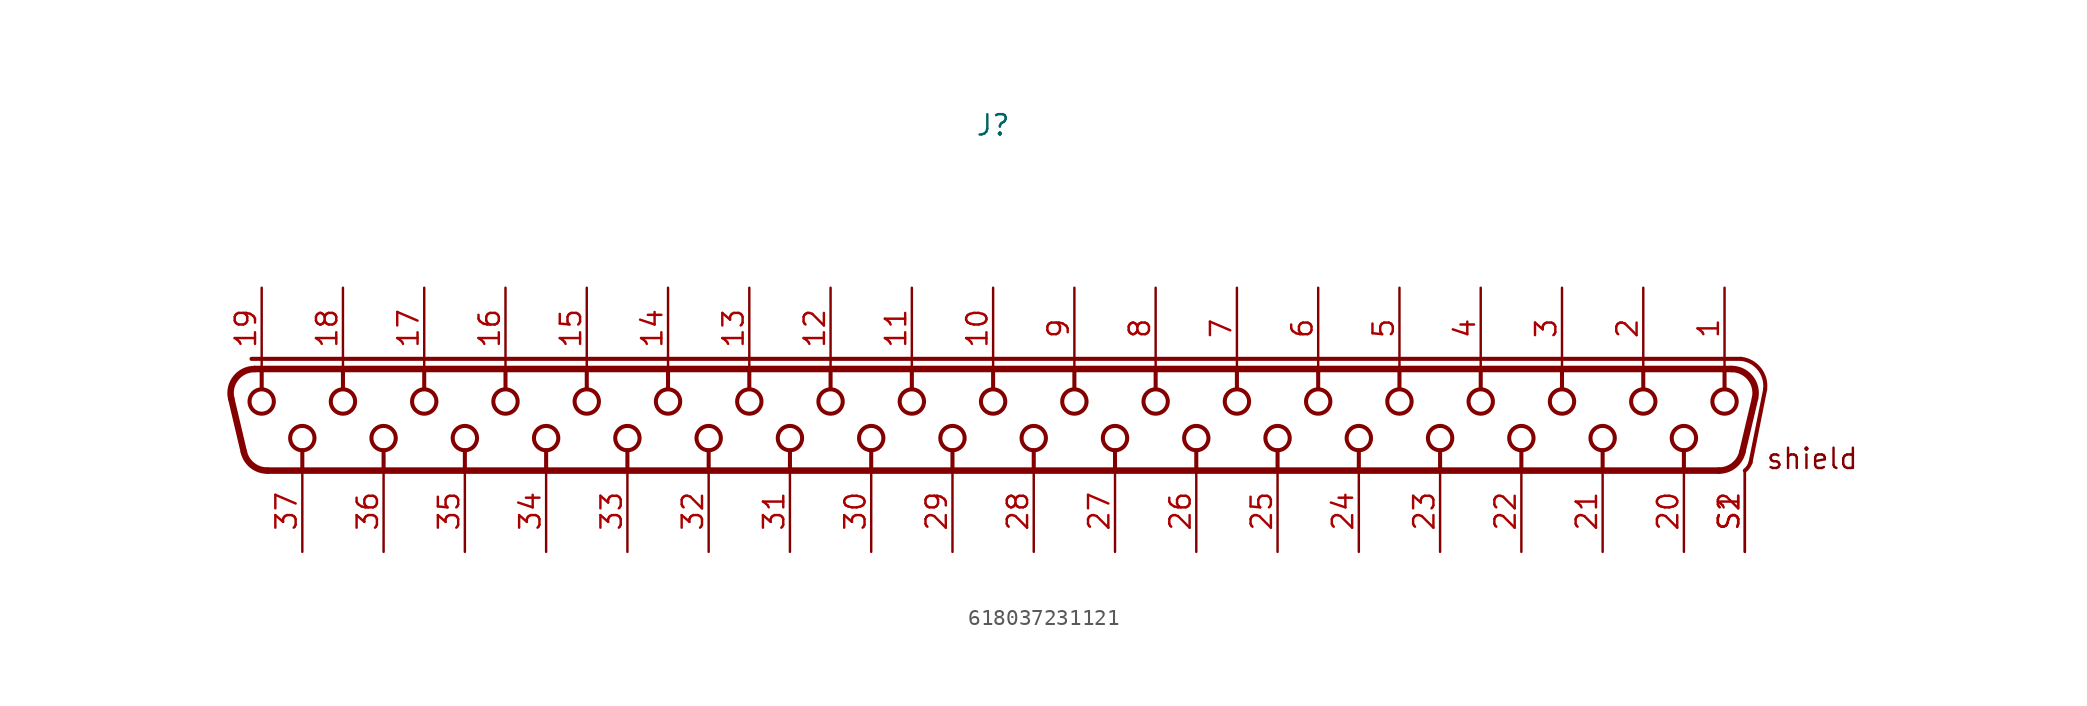
<source format=kicad_sym>
(kicad_symbol_lib
  (version 20241209)
  (generator "kicad_symbol_editor")
  (generator_version "9.0")
  (symbol "618037231121"
    (pin_names
      (hide yes))
    (property "Reference" "J"
      (at 0 17.78 0)
      (effects (font (size 1.27 1.27))))
    (symbol "618037231121_1_0"
      (polyline (pts (xy -46.833 -2.655) (xy -47.624 0.695)) (stroke (width 0.406) (type solid)) (fill (type none)))
      (polyline (pts (xy -46.355 3.175) (xy 46.76 3.175)) (stroke (width 0.254) (type solid)) (fill (type none)))
      (polyline (pts (xy -46.164 2.54) (xy 46.164 2.54)) (stroke (width 0.406) (type solid)) (fill (type none)))
      (arc (start -47.6242 0.695) (mid -47.3407 1.9707) (end -46.1643 2.54) (stroke (width 0.4064) (type solid)) (fill (type none)))
      (polyline (pts (xy -45.72 2.58) (xy -45.72 1.3)) (stroke (width 0.254) (type solid)) (fill (type none)))
      (circle (center -45.72 0.508) (radius 0.762) (stroke (width 0.254) (type solid)) (fill (type none)))
      (arc (start -45.373 -3.81) (mid -46.3038 -3.4862) (end -46.8328 -2.6547) (stroke (width 0.4064) (type solid)) (fill (type none)))
      (circle (center -43.18 -1.778) (radius 0.762) (stroke (width 0.254) (type solid)) (fill (type none)))
      (polyline (pts (xy -43.18 -2.54) (xy -43.18 -3.82)) (stroke (width 0.254) (type solid)) (fill (type none)))
      (polyline (pts (xy -40.64 2.58) (xy -40.64 1.3)) (stroke (width 0.254) (type solid)) (fill (type none)))
      (circle (center -40.64 0.508) (radius 0.762) (stroke (width 0.254) (type solid)) (fill (type none)))
      (circle (center -38.1 -1.778) (radius 0.762) (stroke (width 0.254) (type solid)) (fill (type none)))
      (polyline (pts (xy -38.1 -2.54) (xy -38.1 -3.82)) (stroke (width 0.254) (type solid)) (fill (type none)))
      (polyline (pts (xy -35.56 2.58) (xy -35.56 1.3)) (stroke (width 0.254) (type solid)) (fill (type none)))
      (circle (center -35.56 0.508) (radius 0.762) (stroke (width 0.254) (type solid)) (fill (type none)))
      (circle (center -33.02 -1.778) (radius 0.762) (stroke (width 0.254) (type solid)) (fill (type none)))
      (polyline (pts (xy -33.02 -2.54) (xy -33.02 -3.82)) (stroke (width 0.254) (type solid)) (fill (type none)))
      (polyline (pts (xy -30.48 2.58) (xy -30.48 1.3)) (stroke (width 0.254) (type solid)) (fill (type none)))
      (circle (center -30.48 0.508) (radius 0.762) (stroke (width 0.254) (type solid)) (fill (type none)))
      (circle (center -27.94 -1.778) (radius 0.762) (stroke (width 0.254) (type solid)) (fill (type none)))
      (polyline (pts (xy -27.94 -2.54) (xy -27.94 -3.82)) (stroke (width 0.254) (type solid)) (fill (type none)))
      (polyline (pts (xy -25.4 2.58) (xy -25.4 1.3)) (stroke (width 0.254) (type solid)) (fill (type none)))
      (circle (center -25.4 0.508) (radius 0.762) (stroke (width 0.254) (type solid)) (fill (type none)))
      (circle (center -22.86 -1.778) (radius 0.762) (stroke (width 0.254) (type solid)) (fill (type none)))
      (polyline (pts (xy -22.86 -2.54) (xy -22.86 -3.82)) (stroke (width 0.254) (type solid)) (fill (type none)))
      (polyline (pts (xy -20.32 2.58) (xy -20.32 1.3)) (stroke (width 0.254) (type solid)) (fill (type none)))
      (circle (center -20.32 0.508) (radius 0.762) (stroke (width 0.254) (type solid)) (fill (type none)))
      (circle (center -17.78 -1.778) (radius 0.762) (stroke (width 0.254) (type solid)) (fill (type none)))
      (polyline (pts (xy -17.78 -2.54) (xy -17.78 -3.82)) (stroke (width 0.254) (type solid)) (fill (type none)))
      (polyline (pts (xy -15.24 2.58) (xy -15.24 1.3)) (stroke (width 0.254) (type solid)) (fill (type none)))
      (circle (center -15.24 0.508) (radius 0.762) (stroke (width 0.254) (type solid)) (fill (type none)))
      (circle (center -12.7 -1.778) (radius 0.762) (stroke (width 0.254) (type solid)) (fill (type none)))
      (polyline (pts (xy -12.7 -2.54) (xy -12.7 -3.82)) (stroke (width 0.254) (type solid)) (fill (type none)))
      (polyline (pts (xy -10.16 2.58) (xy -10.16 1.3)) (stroke (width 0.254) (type solid)) (fill (type none)))
      (circle (center -10.16 0.508) (radius 0.762) (stroke (width 0.254) (type solid)) (fill (type none)))
      (circle (center -7.62 -1.778) (radius 0.762) (stroke (width 0.254) (type solid)) (fill (type none)))
      (polyline (pts (xy -7.62 -2.54) (xy -7.62 -3.82)) (stroke (width 0.254) (type solid)) (fill (type none)))
      (polyline (pts (xy -5.08 2.58) (xy -5.08 1.3)) (stroke (width 0.254) (type solid)) (fill (type none)))
      (circle (center -5.08 0.508) (radius 0.762) (stroke (width 0.254) (type solid)) (fill (type none)))
      (circle (center -2.54 -1.778) (radius 0.762) (stroke (width 0.254) (type solid)) (fill (type none)))
      (polyline (pts (xy -2.54 -2.54) (xy -2.54 -3.82)) (stroke (width 0.254) (type solid)) (fill (type none)))
      (polyline (pts (xy 0 2.58) (xy 0 1.3)) (stroke (width 0.254) (type solid)) (fill (type none)))
      (circle (center 0 0.508) (radius 0.762) (stroke (width 0.254) (type solid)) (fill (type none)))
      (circle (center 2.54 -1.778) (radius 0.762) (stroke (width 0.254) (type solid)) (fill (type none)))
      (polyline (pts (xy 2.54 -2.54) (xy 2.54 -3.82)) (stroke (width 0.254) (type solid)) (fill (type none)))
      (polyline (pts (xy 5.08 2.58) (xy 5.08 1.3)) (stroke (width 0.254) (type solid)) (fill (type none)))
      (circle (center 5.08 0.508) (radius 0.762) (stroke (width 0.254) (type solid)) (fill (type none)))
      (circle (center 7.62 -1.778) (radius 0.762) (stroke (width 0.254) (type solid)) (fill (type none)))
      (polyline (pts (xy 7.62 -2.54) (xy 7.62 -3.82)) (stroke (width 0.254) (type solid)) (fill (type none)))
      (polyline (pts (xy 10.16 2.58) (xy 10.16 1.3)) (stroke (width 0.254) (type solid)) (fill (type none)))
      (circle (center 10.16 0.508) (radius 0.762) (stroke (width 0.254) (type solid)) (fill (type none)))
      (circle (center 12.7 -1.778) (radius 0.762) (stroke (width 0.254) (type solid)) (fill (type none)))
      (polyline (pts (xy 12.7 -2.54) (xy 12.7 -3.82)) (stroke (width 0.254) (type solid)) (fill (type none)))
      (polyline (pts (xy 15.24 2.58) (xy 15.24 1.3)) (stroke (width 0.254) (type solid)) (fill (type none)))
      (circle (center 15.24 0.508) (radius 0.762) (stroke (width 0.254) (type solid)) (fill (type none)))
      (circle (center 17.78 -1.778) (radius 0.762) (stroke (width 0.254) (type solid)) (fill (type none)))
      (polyline (pts (xy 17.78 -2.54) (xy 17.78 -3.82)) (stroke (width 0.254) (type solid)) (fill (type none)))
      (polyline (pts (xy 20.32 2.58) (xy 20.32 1.3)) (stroke (width 0.254) (type solid)) (fill (type none)))
      (circle (center 20.32 0.508) (radius 0.762) (stroke (width 0.254) (type solid)) (fill (type none)))
      (circle (center 22.86 -1.778) (radius 0.762) (stroke (width 0.254) (type solid)) (fill (type none)))
      (polyline (pts (xy 22.86 -2.54) (xy 22.86 -3.82)) (stroke (width 0.254) (type solid)) (fill (type none)))
      (polyline (pts (xy 25.4 2.58) (xy 25.4 1.3)) (stroke (width 0.254) (type solid)) (fill (type none)))
      (circle (center 25.4 0.508) (radius 0.762) (stroke (width 0.254) (type solid)) (fill (type none)))
      (circle (center 27.94 -1.778) (radius 0.762) (stroke (width 0.254) (type solid)) (fill (type none)))
      (polyline (pts (xy 27.94 -2.54) (xy 27.94 -3.82)) (stroke (width 0.254) (type solid)) (fill (type none)))
      (polyline (pts (xy 30.48 2.58) (xy 30.48 1.3)) (stroke (width 0.254) (type solid)) (fill (type none)))
      (circle (center 30.48 0.508) (radius 0.762) (stroke (width 0.254) (type solid)) (fill (type none)))
      (circle (center 33.02 -1.778) (radius 0.762) (stroke (width 0.254) (type solid)) (fill (type none)))
      (polyline (pts (xy 33.02 -2.54) (xy 33.02 -3.82)) (stroke (width 0.254) (type solid)) (fill (type none)))
      (polyline (pts (xy 35.56 2.58) (xy 35.56 1.3)) (stroke (width 0.254) (type solid)) (fill (type none)))
      (circle (center 35.56 0.508) (radius 0.762) (stroke (width 0.254) (type solid)) (fill (type none)))
      (circle (center 38.1 -1.778) (radius 0.762) (stroke (width 0.254) (type solid)) (fill (type none)))
      (polyline (pts (xy 38.1 -2.54) (xy 38.1 -3.82)) (stroke (width 0.254) (type solid)) (fill (type none)))
      (polyline (pts (xy 40.64 2.58) (xy 40.64 1.3)) (stroke (width 0.254) (type solid)) (fill (type none)))
      (circle (center 40.64 0.508) (radius 0.762) (stroke (width 0.254) (type solid)) (fill (type none)))
      (circle (center 43.18 -1.778) (radius 0.762) (stroke (width 0.254) (type solid)) (fill (type none)))
      (polyline (pts (xy 43.18 -2.54) (xy 43.18 -3.82)) (stroke (width 0.254) (type solid)) (fill (type none)))
      (arc (start 46.8328 -2.6548) (mid 46.3037 -3.4863) (end 45.3729 -3.81) (stroke (width 0.4064) (type solid)) (fill (type none)))
      (polyline (pts (xy 45.373 -3.81) (xy -45.373 -3.81)) (stroke (width 0.406) (type solid)) (fill (type none)))
      (polyline (pts (xy 45.72 2.58) (xy 45.72 1.3)) (stroke (width 0.254) (type solid)) (fill (type none)))
      (circle (center 45.72 0.508) (radius 0.762) (stroke (width 0.254) (type solid)) (fill (type none)))
      (arc (start 46.1643 2.54) (mid 47.3407 1.9707) (end 47.6242 0.695) (stroke (width 0.4064) (type solid)) (fill (type none)))
      (arc (start 47.3439 -3.3037) (mid 47.2048 -3.5833) (end 46.99 -3.81) (stroke (width 0.254) (type solid)) (fill (type none)))
      (arc (start 46.76 3.175) (mid 47.9064 2.5346) (end 48.26 1.27) (stroke (width 0.254) (type solid)) (fill (type none)))
      (polyline (pts (xy 47.344 -3.304) (xy 48.26 1.27)) (stroke (width 0.254) (type solid)) (fill (type none)))
      (polyline (pts (xy 47.624 0.695) (xy 46.833 -2.655)) (stroke (width 0.406) (type solid)) (fill (type none)))
      (pin passive line (at -45.72 7.62 270) (length 5.08) (name "19" (effects (font (size 1.27 1.27)))) (number "19" (effects (font (size 1.27 1.27)))))
      (pin passive line (at -43.18 -8.89 90) (length 5.08) (name "37" (effects (font (size 1.27 1.27)))) (number "37" (effects (font (size 1.27 1.27)))))
      (pin passive line (at -40.64 7.62 270) (length 5.08) (name "18" (effects (font (size 1.27 1.27)))) (number "18" (effects (font (size 1.27 1.27)))))
      (pin passive line (at -38.1 -8.89 90) (length 5.08) (name "36" (effects (font (size 1.27 1.27)))) (number "36" (effects (font (size 1.27 1.27)))))
      (pin passive line (at -35.56 7.62 270) (length 5.08) (name "17" (effects (font (size 1.27 1.27)))) (number "17" (effects (font (size 1.27 1.27)))))
      (pin passive line (at -33.02 -8.89 90) (length 5.08) (name "35" (effects (font (size 1.27 1.27)))) (number "35" (effects (font (size 1.27 1.27)))))
      (pin passive line (at -30.48 7.62 270) (length 5.08) (name "16" (effects (font (size 1.27 1.27)))) (number "16" (effects (font (size 1.27 1.27)))))
      (pin passive line (at -27.94 -8.89 90) (length 5.08) (name "34" (effects (font (size 1.27 1.27)))) (number "34" (effects (font (size 1.27 1.27)))))
      (pin passive line (at -25.4 7.62 270) (length 5.08) (name "15" (effects (font (size 1.27 1.27)))) (number "15" (effects (font (size 1.27 1.27)))))
      (pin passive line (at -22.86 -8.89 90) (length 5.08) (name "33" (effects (font (size 1.27 1.27)))) (number "33" (effects (font (size 1.27 1.27)))))
      (pin passive line (at -20.32 7.62 270) (length 5.08) (name "14" (effects (font (size 1.27 1.27)))) (number "14" (effects (font (size 1.27 1.27)))))
      (pin passive line (at -17.78 -8.89 90) (length 5.08) (name "32" (effects (font (size 1.27 1.27)))) (number "32" (effects (font (size 1.27 1.27)))))
      (pin passive line (at -15.24 7.62 270) (length 5.08) (name "13" (effects (font (size 1.27 1.27)))) (number "13" (effects (font (size 1.27 1.27)))))
      (pin passive line (at -12.7 -8.89 90) (length 5.08) (name "31" (effects (font (size 1.27 1.27)))) (number "31" (effects (font (size 1.27 1.27)))))
      (pin passive line (at -10.16 7.62 270) (length 5.08) (name "12" (effects (font (size 1.27 1.27)))) (number "12" (effects (font (size 1.27 1.27)))))
      (pin passive line (at -7.62 -8.89 90) (length 5.08) (name "30" (effects (font (size 1.27 1.27)))) (number "30" (effects (font (size 1.27 1.27)))))
      (pin passive line (at -5.08 7.62 270) (length 5.08) (name "11" (effects (font (size 1.27 1.27)))) (number "11" (effects (font (size 1.27 1.27)))))
      (pin passive line (at -2.54 -8.89 90) (length 5.08) (name "29" (effects (font (size 1.27 1.27)))) (number "29" (effects (font (size 1.27 1.27)))))
      (pin passive line (at 0 7.62 270) (length 5.08) (name "10" (effects (font (size 1.27 1.27)))) (number "10" (effects (font (size 1.27 1.27)))))
      (pin passive line (at 2.54 -8.89 90) (length 5.08) (name "28" (effects (font (size 1.27 1.27)))) (number "28" (effects (font (size 1.27 1.27)))))
      (pin passive line (at 5.08 7.62 270) (length 5.08) (name "9" (effects (font (size 1.27 1.27)))) (number "9" (effects (font (size 1.27 1.27)))))
      (pin passive line (at 7.62 -8.89 90) (length 5.08) (name "27" (effects (font (size 1.27 1.27)))) (number "27" (effects (font (size 1.27 1.27)))))
      (pin passive line (at 10.16 7.62 270) (length 5.08) (name "8" (effects (font (size 1.27 1.27)))) (number "8" (effects (font (size 1.27 1.27)))))
      (pin passive line (at 12.7 -8.89 90) (length 5.08) (name "26" (effects (font (size 1.27 1.27)))) (number "26" (effects (font (size 1.27 1.27)))))
      (pin passive line (at 15.24 7.62 270) (length 5.08) (name "7" (effects (font (size 1.27 1.27)))) (number "7" (effects (font (size 1.27 1.27)))))
      (pin passive line (at 17.78 -8.89 90) (length 5.08) (name "25" (effects (font (size 1.27 1.27)))) (number "25" (effects (font (size 1.27 1.27)))))
      (pin passive line (at 20.32 7.62 270) (length 5.08) (name "6" (effects (font (size 1.27 1.27)))) (number "6" (effects (font (size 1.27 1.27)))))
      (pin passive line (at 22.86 -8.89 90) (length 5.08) (name "24" (effects (font (size 1.27 1.27)))) (number "24" (effects (font (size 1.27 1.27)))))
      (pin passive line (at 25.4 7.62 270) (length 5.08) (name "5" (effects (font (size 1.27 1.27)))) (number "5" (effects (font (size 1.27 1.27)))))
      (pin passive line (at 27.94 -8.89 90) (length 5.08) (name "23" (effects (font (size 1.27 1.27)))) (number "23" (effects (font (size 1.27 1.27)))))
      (pin passive line (at 30.48 7.62 270) (length 5.08) (name "4" (effects (font (size 1.27 1.27)))) (number "4" (effects (font (size 1.27 1.27)))))
      (pin passive line (at 33.02 -8.89 90) (length 5.08) (name "22" (effects (font (size 1.27 1.27)))) (number "22" (effects (font (size 1.27 1.27)))))
      (pin passive line (at 35.56 7.62 270) (length 5.08) (name "3" (effects (font (size 1.27 1.27)))) (number "3" (effects (font (size 1.27 1.27)))))
      (pin passive line (at 38.1 -8.89 90) (length 5.08) (name "21" (effects (font (size 1.27 1.27)))) (number "21" (effects (font (size 1.27 1.27)))))
      (pin passive line (at 40.64 7.62 270) (length 5.08) (name "2" (effects (font (size 1.27 1.27)))) (number "2" (effects (font (size 1.27 1.27)))))
      (pin passive line (at 43.18 -8.89 90) (length 5.08) (name "20" (effects (font (size 1.27 1.27)))) (number "20" (effects (font (size 1.27 1.27)))))
      (pin passive line (at 45.72 7.62 270) (length 5.08) (name "1" (effects (font (size 1.27 1.27)))) (number "1" (effects (font (size 1.27 1.27)))))
      (pin passive line (at 46.99 -8.89 90) (length 5.08) (name "SHIELD" (effects (font (size 1.27 1.27)))) (number "S1" (effects (font (size 1.27 1.27)))))
      (pin passive line (at 46.99 -8.89 90) (length 5.08) (name "SHIELD" (effects (font (size 1.27 1.27)))) (number "S2" (effects (font (size 1.27 1.27))))))
    (symbol "618037231121_1_1"
      (text "shield" (at 48.26 -3.81 0) (effects (font (size 1.27 1.27)) (justify left bottom))))))
</source>
